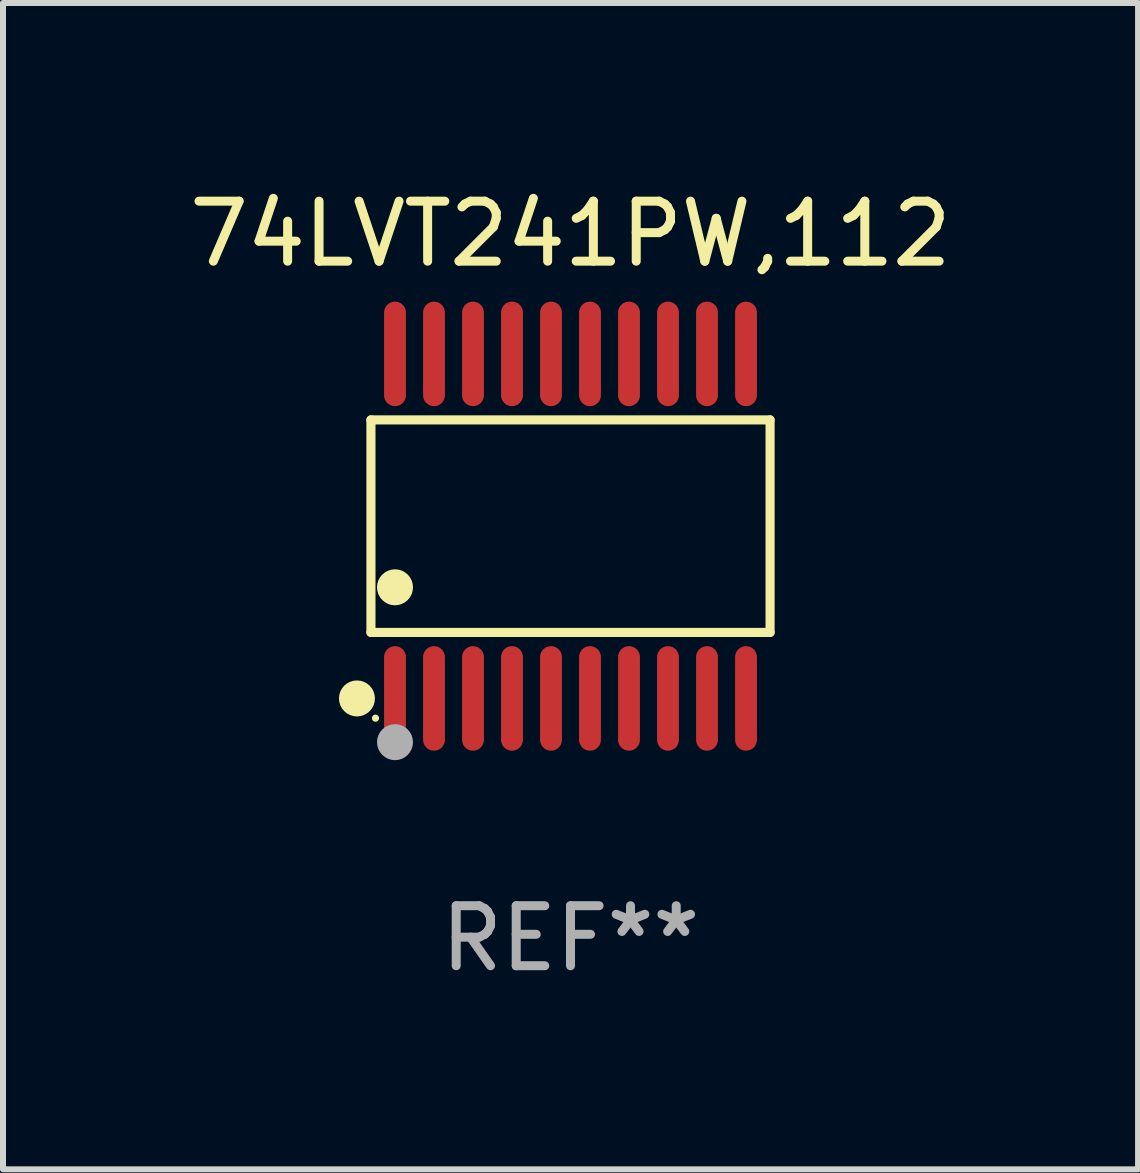
<source format=kicad_pcb>
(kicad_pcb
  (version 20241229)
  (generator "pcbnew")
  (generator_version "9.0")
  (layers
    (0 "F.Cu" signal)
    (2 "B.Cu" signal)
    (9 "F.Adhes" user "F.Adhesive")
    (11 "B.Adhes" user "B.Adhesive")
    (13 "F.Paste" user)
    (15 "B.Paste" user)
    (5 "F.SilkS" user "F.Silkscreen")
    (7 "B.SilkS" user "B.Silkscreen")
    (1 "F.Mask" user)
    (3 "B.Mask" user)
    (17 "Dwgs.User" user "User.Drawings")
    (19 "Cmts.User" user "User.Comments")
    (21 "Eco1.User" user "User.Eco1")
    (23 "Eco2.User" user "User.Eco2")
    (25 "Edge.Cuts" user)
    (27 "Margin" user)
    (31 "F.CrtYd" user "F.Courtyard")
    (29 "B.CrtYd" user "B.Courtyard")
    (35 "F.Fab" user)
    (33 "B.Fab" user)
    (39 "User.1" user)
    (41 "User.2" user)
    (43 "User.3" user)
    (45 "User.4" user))
  (footprint "74LVT241PW,112"
    (layer "F.Cu")
    (at 6.458 5.719)
    (property "Reference" "74LVT241PW,112" (at 0 -4.871 0) (layer "F.SilkS") (effects (font (size 1 1) (thickness 0.15))))
    (attr through_hole)
    (fp_line (start -3.326 -1.771) (end 3.326 -1.771) (stroke (width 0.152) (type solid)) (layer "F.SilkS"))
    (fp_line (start -3.326 1.771) (end -3.326 -1.771) (stroke (width 0.152) (type solid)) (layer "F.SilkS"))
    (fp_line (start 3.326 -1.771) (end 3.326 1.771) (stroke (width 0.152) (type solid)) (layer "F.SilkS"))
    (fp_line (start 3.326 1.771) (end -3.326 1.771) (stroke (width 0.152) (type solid)) (layer "F.SilkS"))
    (fp_circle (center -3.559 2.871) (end -3.409 2.871) (stroke (width 0.3) (type solid)) (fill no) (layer "F.SilkS"))
    (fp_circle (center -3.25 3.2) (end -3.22 3.2) (stroke (width 0.06) (type solid)) (fill no) (layer "F.SilkS"))
    (fp_circle (center -2.925 1.019) (end -2.775 1.019) (stroke (width 0.3) (type solid)) (fill no) (layer "F.SilkS"))
    (fp_circle (center -2.925 3.6) (end -2.775 3.6) (stroke (width 0.3) (type solid)) (fill no) (layer "F.Fab"))
    (fp_text user "REF**" (at 0 6.871 0) (layer "F.Fab") (effects (font (size 1 1) (thickness 0.15))))
    (pad "1" smd oval (at -2.925 2.871) (size 0.364 1.742) (layers "F.Cu" "F.Mask" "F.Paste"))
    (pad "2" smd oval (at -2.275 2.871) (size 0.364 1.742) (layers "F.Cu" "F.Mask" "F.Paste"))
    (pad "3" smd oval (at -1.625 2.871) (size 0.364 1.742) (layers "F.Cu" "F.Mask" "F.Paste"))
    (pad "4" smd oval (at -0.975 2.871) (size 0.364 1.742) (layers "F.Cu" "F.Mask" "F.Paste"))
    (pad "5" smd oval (at -0.325 2.871) (size 0.364 1.742) (layers "F.Cu" "F.Mask" "F.Paste"))
    (pad "6" smd oval (at 0.325 2.871) (size 0.364 1.742) (layers "F.Cu" "F.Mask" "F.Paste"))
    (pad "7" smd oval (at 0.975 2.871) (size 0.364 1.742) (layers "F.Cu" "F.Mask" "F.Paste"))
    (pad "8" smd oval (at 1.625 2.871) (size 0.364 1.742) (layers "F.Cu" "F.Mask" "F.Paste"))
    (pad "9" smd oval (at 2.275 2.871) (size 0.364 1.742) (layers "F.Cu" "F.Mask" "F.Paste"))
    (pad "10" smd oval (at 2.925 2.871) (size 0.364 1.742) (layers "F.Cu" "F.Mask" "F.Paste"))
    (pad "11" smd oval (at 2.925 -2.871) (size 0.364 1.742) (layers "F.Cu" "F.Mask" "F.Paste"))
    (pad "12" smd oval (at 2.275 -2.871) (size 0.364 1.742) (layers "F.Cu" "F.Mask" "F.Paste"))
    (pad "13" smd oval (at 1.625 -2.871) (size 0.364 1.742) (layers "F.Cu" "F.Mask" "F.Paste"))
    (pad "14" smd oval (at 0.975 -2.871) (size 0.364 1.742) (layers "F.Cu" "F.Mask" "F.Paste"))
    (pad "15" smd oval (at 0.325 -2.871) (size 0.364 1.742) (layers "F.Cu" "F.Mask" "F.Paste"))
    (pad "16" smd oval (at -0.325 -2.871) (size 0.364 1.742) (layers "F.Cu" "F.Mask" "F.Paste"))
    (pad "17" smd oval (at -0.975 -2.871) (size 0.364 1.742) (layers "F.Cu" "F.Mask" "F.Paste"))
    (pad "18" smd oval (at -1.625 -2.871) (size 0.364 1.742) (layers "F.Cu" "F.Mask" "F.Paste"))
    (pad "19" smd oval (at -2.275 -2.871) (size 0.364 1.742) (layers "F.Cu" "F.Mask" "F.Paste"))
    (pad "20" smd oval (at -2.925 -2.871) (size 0.364 1.742) (layers "F.Cu" "F.Mask" "F.Paste")))
  (gr_rect
    (start -3 -3)
    (end 15.917 16.438)
    (stroke (width 0.1) (type default))
    (fill no)
    (layer "Edge.Cuts")))
</source>
